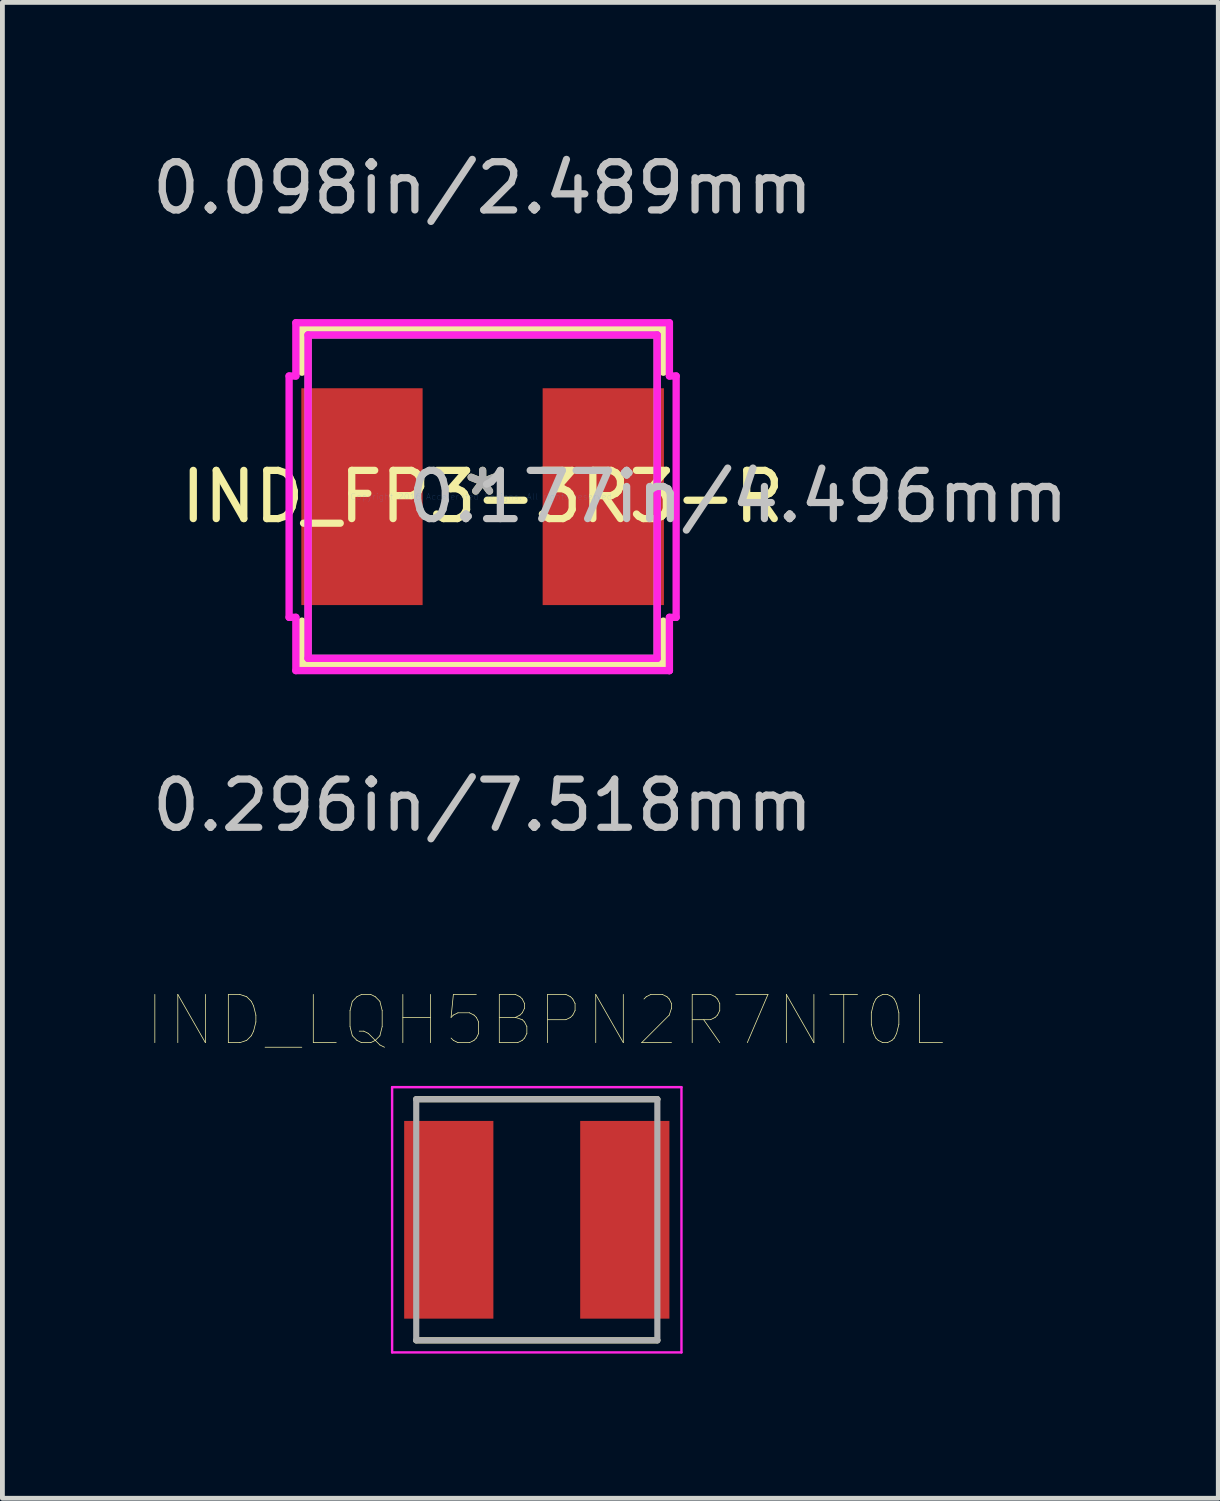
<source format=kicad_pcb>
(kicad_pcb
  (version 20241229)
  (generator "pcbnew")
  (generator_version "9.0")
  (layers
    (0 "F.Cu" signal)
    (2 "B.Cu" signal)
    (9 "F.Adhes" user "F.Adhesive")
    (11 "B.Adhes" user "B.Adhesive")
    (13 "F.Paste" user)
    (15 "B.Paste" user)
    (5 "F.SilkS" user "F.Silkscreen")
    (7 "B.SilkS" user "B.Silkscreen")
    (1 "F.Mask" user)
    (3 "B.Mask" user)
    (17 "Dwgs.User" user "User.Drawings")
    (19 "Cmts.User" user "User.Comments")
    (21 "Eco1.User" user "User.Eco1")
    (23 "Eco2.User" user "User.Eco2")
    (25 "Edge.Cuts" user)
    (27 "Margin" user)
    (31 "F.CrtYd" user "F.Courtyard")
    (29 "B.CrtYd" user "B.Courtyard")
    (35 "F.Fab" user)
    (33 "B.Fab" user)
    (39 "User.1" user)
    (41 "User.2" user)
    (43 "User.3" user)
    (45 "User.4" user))
  (footprint "IND_LQH5BPN2R7NT0L"
    (layer "F.Cu")
    (at 8.081 22.244)
    (property "Reference" "IND_LQH5BPN2R7NT0L" (at 0.175 -4.135 0) (layer "F.SilkS") (effects (font (size 1 1) (thickness 0.015))))
    (attr through_hole)
    (fp_line (start -2.5 -2.5) (end 2.5 -2.5) (stroke (width 0.127) (type solid)) (layer "F.SilkS"))
    (fp_line (start 2.5 2.5) (end -2.5 2.5) (stroke (width 0.127) (type solid)) (layer "F.SilkS"))
    (fp_line (start -3 -2.75) (end 3 -2.75) (stroke (width 0.05) (type solid)) (layer "F.CrtYd"))
    (fp_line (start -3 2.75) (end -3 -2.75) (stroke (width 0.05) (type solid)) (layer "F.CrtYd"))
    (fp_line (start 3 -2.75) (end 3 2.75) (stroke (width 0.05) (type solid)) (layer "F.CrtYd"))
    (fp_line (start 3 2.75) (end -3 2.75) (stroke (width 0.05) (type solid)) (layer "F.CrtYd"))
    (fp_line (start -2.5 -2.5) (end 2.5 -2.5) (stroke (width 0.127) (type solid)) (layer "F.Fab"))
    (fp_line (start -2.5 2.5) (end -2.5 -2.5) (stroke (width 0.127) (type solid)) (layer "F.Fab"))
    (fp_line (start 2.5 -2.5) (end 2.5 2.5) (stroke (width 0.127) (type solid)) (layer "F.Fab"))
    (fp_line (start 2.5 2.5) (end -2.5 2.5) (stroke (width 0.127) (type solid)) (layer "F.Fab"))
    (pad "1" smd rect (at -1.825 0) (size 1.85 4.1) (layers "F.Cu" "F.Mask" "F.Paste"))
    (pad "2" smd rect (at 1.825 0) (size 1.85 4.1) (layers "F.Cu" "F.Mask" "F.Paste")))
  (footprint "IND_FP3-3R3-R"
    (layer "F.Cu")
    (at 6.958 7.249)
    (property "Reference" "IND_FP3-3R3-R" (at 0 0 0) (layer "F.SilkS") (effects (font (size 1 1) (thickness 0.15))))
    (attr through_hole)
    (fp_line (start -3.747 -3.48) (end -3.747 -2.581) (stroke (width 0.152) (type solid)) (layer "F.SilkS"))
    (fp_line (start -3.747 2.581) (end -3.747 3.48) (stroke (width 0.152) (type solid)) (layer "F.SilkS"))
    (fp_line (start -3.747 3.48) (end 3.747 3.48) (stroke (width 0.152) (type solid)) (layer "F.SilkS"))
    (fp_line (start 3.747 -3.48) (end -3.747 -3.48) (stroke (width 0.152) (type solid)) (layer "F.SilkS"))
    (fp_line (start 3.747 -2.581) (end 3.747 -3.48) (stroke (width 0.152) (type solid)) (layer "F.SilkS"))
    (fp_line (start 3.747 3.48) (end 3.747 2.581) (stroke (width 0.152) (type solid)) (layer "F.SilkS"))
    (fp_line (start -4.013 -2.502) (end -3.873 -2.502) (stroke (width 0.152) (type solid)) (layer "F.CrtYd"))
    (fp_line (start -4.013 2.502) (end -4.013 -2.502) (stroke (width 0.152) (type solid)) (layer "F.CrtYd"))
    (fp_line (start -3.873 -3.607) (end 3.873 -3.607) (stroke (width 0.152) (type solid)) (layer "F.CrtYd"))
    (fp_line (start -3.873 -2.502) (end -3.873 -3.607) (stroke (width 0.152) (type solid)) (layer "F.CrtYd"))
    (fp_line (start -3.873 2.502) (end -4.013 2.502) (stroke (width 0.152) (type solid)) (layer "F.CrtYd"))
    (fp_line (start -3.873 3.607) (end -3.873 2.502) (stroke (width 0.152) (type solid)) (layer "F.CrtYd"))
    (fp_line (start -3.619 -3.353) (end 3.619 -3.353) (stroke (width 0.152) (type solid)) (layer "F.CrtYd"))
    (fp_line (start -3.619 3.353) (end -3.619 -3.353) (stroke (width 0.152) (type solid)) (layer "F.CrtYd"))
    (fp_line (start 3.619 -3.353) (end 3.619 3.353) (stroke (width 0.152) (type solid)) (layer "F.CrtYd"))
    (fp_line (start 3.619 3.353) (end -3.619 3.353) (stroke (width 0.152) (type solid)) (layer "F.CrtYd"))
    (fp_line (start 3.873 -3.607) (end 3.873 -2.502) (stroke (width 0.152) (type solid)) (layer "F.CrtYd"))
    (fp_line (start 3.873 -2.502) (end 4.013 -2.502) (stroke (width 0.152) (type solid)) (layer "F.CrtYd"))
    (fp_line (start 3.873 2.502) (end 3.873 3.607) (stroke (width 0.152) (type solid)) (layer "F.CrtYd"))
    (fp_line (start 3.873 3.607) (end -3.873 3.607) (stroke (width 0.152) (type solid)) (layer "F.CrtYd"))
    (fp_line (start 3.873 3.607) (end 3.873 3.607) (stroke (width 0.152) (type solid)) (layer "F.CrtYd"))
    (fp_line (start 4.013 -2.502) (end 4.013 2.502) (stroke (width 0.152) (type solid)) (layer "F.CrtYd"))
    (fp_line (start 4.013 2.502) (end 3.873 2.502) (stroke (width 0.152) (type solid)) (layer "F.CrtYd"))
    (fp_line (start -3.619 -3.353) (end -3.619 3.353) (stroke (width 0.152) (type solid)) (layer "F.Fab"))
    (fp_line (start -3.619 3.353) (end 3.619 3.353) (stroke (width 0.152) (type solid)) (layer "F.Fab"))
    (fp_line (start 3.619 -3.353) (end -3.619 -3.353) (stroke (width 0.152) (type solid)) (layer "F.Fab"))
    (fp_line (start 3.619 3.353) (end 3.619 -3.353) (stroke (width 0.152) (type solid)) (layer "F.Fab"))
    (fp_text user "*" (at 0 0 0) (layer "F.SilkS") (effects (font (size 1 1) (thickness 0.15))))
    (fp_text user "0.177in/4.496mm" (at 5.296 0 0) (layer "Dwgs.User") (effects (font (size 1 1) (thickness 0.15))))
    (fp_text user "0.296in/7.518mm" (at 0 6.401 0) (layer "Dwgs.User") (effects (font (size 1 1) (thickness 0.15))))
    (fp_text user "0.098in/2.489mm" (at 0 -6.401 0) (layer "Dwgs.User") (effects (font (size 1 1) (thickness 0.15))))
    (fp_text user "Copyright 2016 Accelerated Designs. All rights reserved." (at 0 0 0) (layer "Cmts.User") (effects (font (size 0.127 0.127) (thickness 0.002))))
    (fp_text user "*" (at 0 0 0) (layer "F.Fab") (effects (font (size 1 1) (thickness 0.15))))
    (pad "1" smd rect (at -2.502 0) (size 2.515 4.496) (layers "F.Cu" "F.Mask" "F.Paste"))
    (pad "2" smd rect (at 2.502 0) (size 2.515 4.496) (layers "F.Cu" "F.Mask" "F.Paste")))
  (gr_rect
    (start -3 -3)
    (end 22.213 28.019)
    (stroke (width 0.1) (type default))
    (fill no)
    (layer "Edge.Cuts")))
</source>
